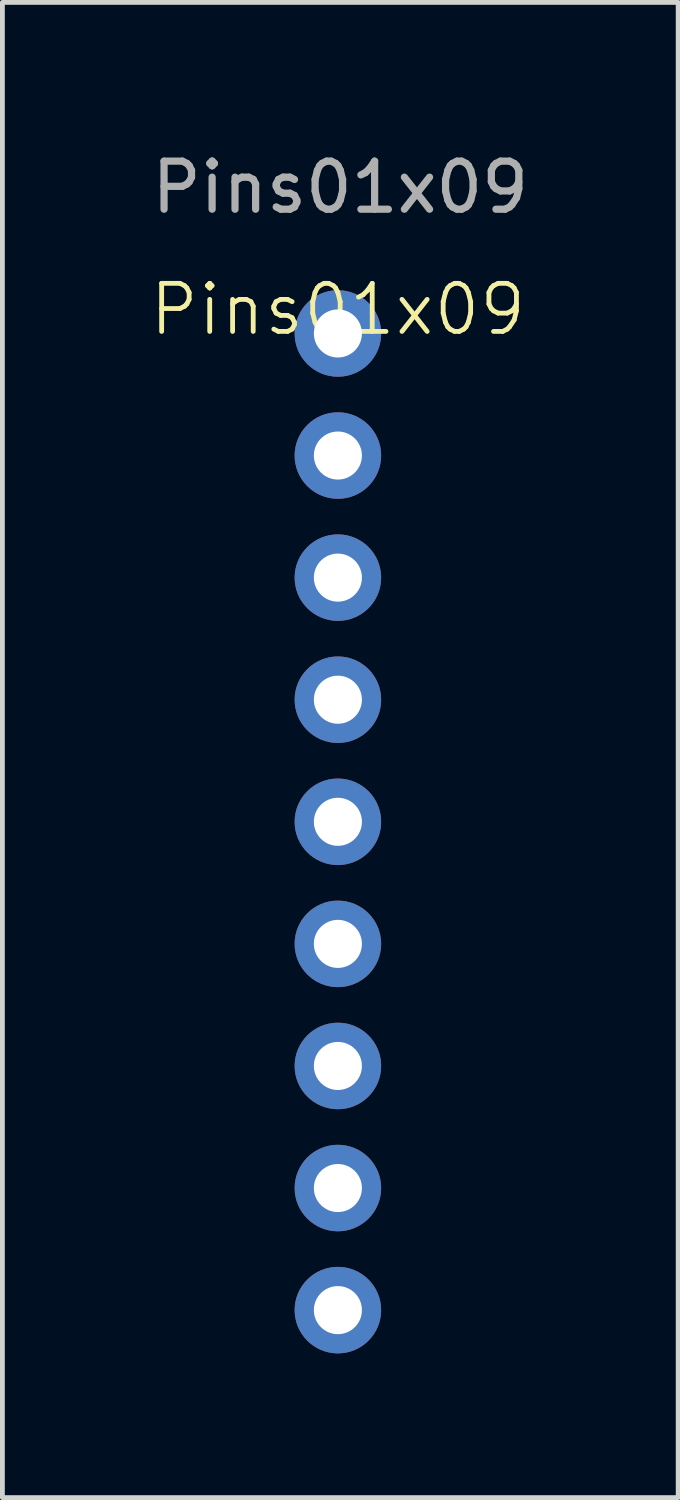
<source format=kicad_pcb>
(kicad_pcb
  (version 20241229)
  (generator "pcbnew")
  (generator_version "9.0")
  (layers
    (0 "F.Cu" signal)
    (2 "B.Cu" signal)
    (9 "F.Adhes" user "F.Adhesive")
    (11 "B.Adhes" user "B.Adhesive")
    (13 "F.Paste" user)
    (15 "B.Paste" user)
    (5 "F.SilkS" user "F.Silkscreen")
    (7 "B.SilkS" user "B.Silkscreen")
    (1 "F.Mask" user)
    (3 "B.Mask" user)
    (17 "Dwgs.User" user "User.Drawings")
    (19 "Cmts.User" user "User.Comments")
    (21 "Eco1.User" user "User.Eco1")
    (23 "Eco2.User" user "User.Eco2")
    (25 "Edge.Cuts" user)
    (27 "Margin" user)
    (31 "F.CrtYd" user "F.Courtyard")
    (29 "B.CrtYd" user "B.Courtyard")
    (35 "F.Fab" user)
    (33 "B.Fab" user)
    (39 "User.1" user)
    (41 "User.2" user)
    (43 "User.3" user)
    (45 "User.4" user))
  (footprint "Pins01x09"
    (layer "F.Cu")
    (at 3.98 3.888)
    (property "Reference" "Pins01x09" (at 0 -0.5 0) (unlocked yes) (layer "F.SilkS") (effects (font (size 1 1) (thickness 0.1))))
    (attr smd)
    (fp_text user "${REFERENCE}" (at 0.05 -3.04 0) (unlocked yes) (layer "F.Fab") (effects (font (size 1 1) (thickness 0.15))))
    (pad "1" thru_hole circle (at 0 0) (size 1.8 1.8) (drill 1) (layers "*.Cu" "*.Mask"))
    (pad "2" thru_hole circle (at 0 2.54) (size 1.8 1.8) (drill 1) (layers "*.Cu" "*.Mask"))
    (pad "3" thru_hole circle (at 0 5.08) (size 1.8 1.8) (drill 1) (layers "*.Cu" "*.Mask"))
    (pad "4" thru_hole circle (at 0 7.62) (size 1.8 1.8) (drill 1) (layers "*.Cu" "*.Mask"))
    (pad "5" thru_hole circle (at 0 10.16) (size 1.8 1.8) (drill 1) (layers "*.Cu" "*.Mask"))
    (pad "6" thru_hole circle (at 0 12.7) (size 1.8 1.8) (drill 1) (layers "*.Cu" "*.Mask"))
    (pad "7" thru_hole circle (at 0 15.24) (size 1.8 1.8) (drill 1) (layers "*.Cu" "*.Mask"))
    (pad "8" thru_hole circle (at 0 17.78) (size 1.8 1.8) (drill 1) (layers "*.Cu" "*.Mask"))
    (pad "9" thru_hole circle (at 0 20.32) (size 1.8 1.8) (drill 1) (layers "*.Cu" "*.Mask")))
  (gr_rect
    (start -3 -3)
    (end 11.06 28.108)
    (stroke (width 0.1) (type default))
    (fill no)
    (layer "Edge.Cuts")))
</source>
